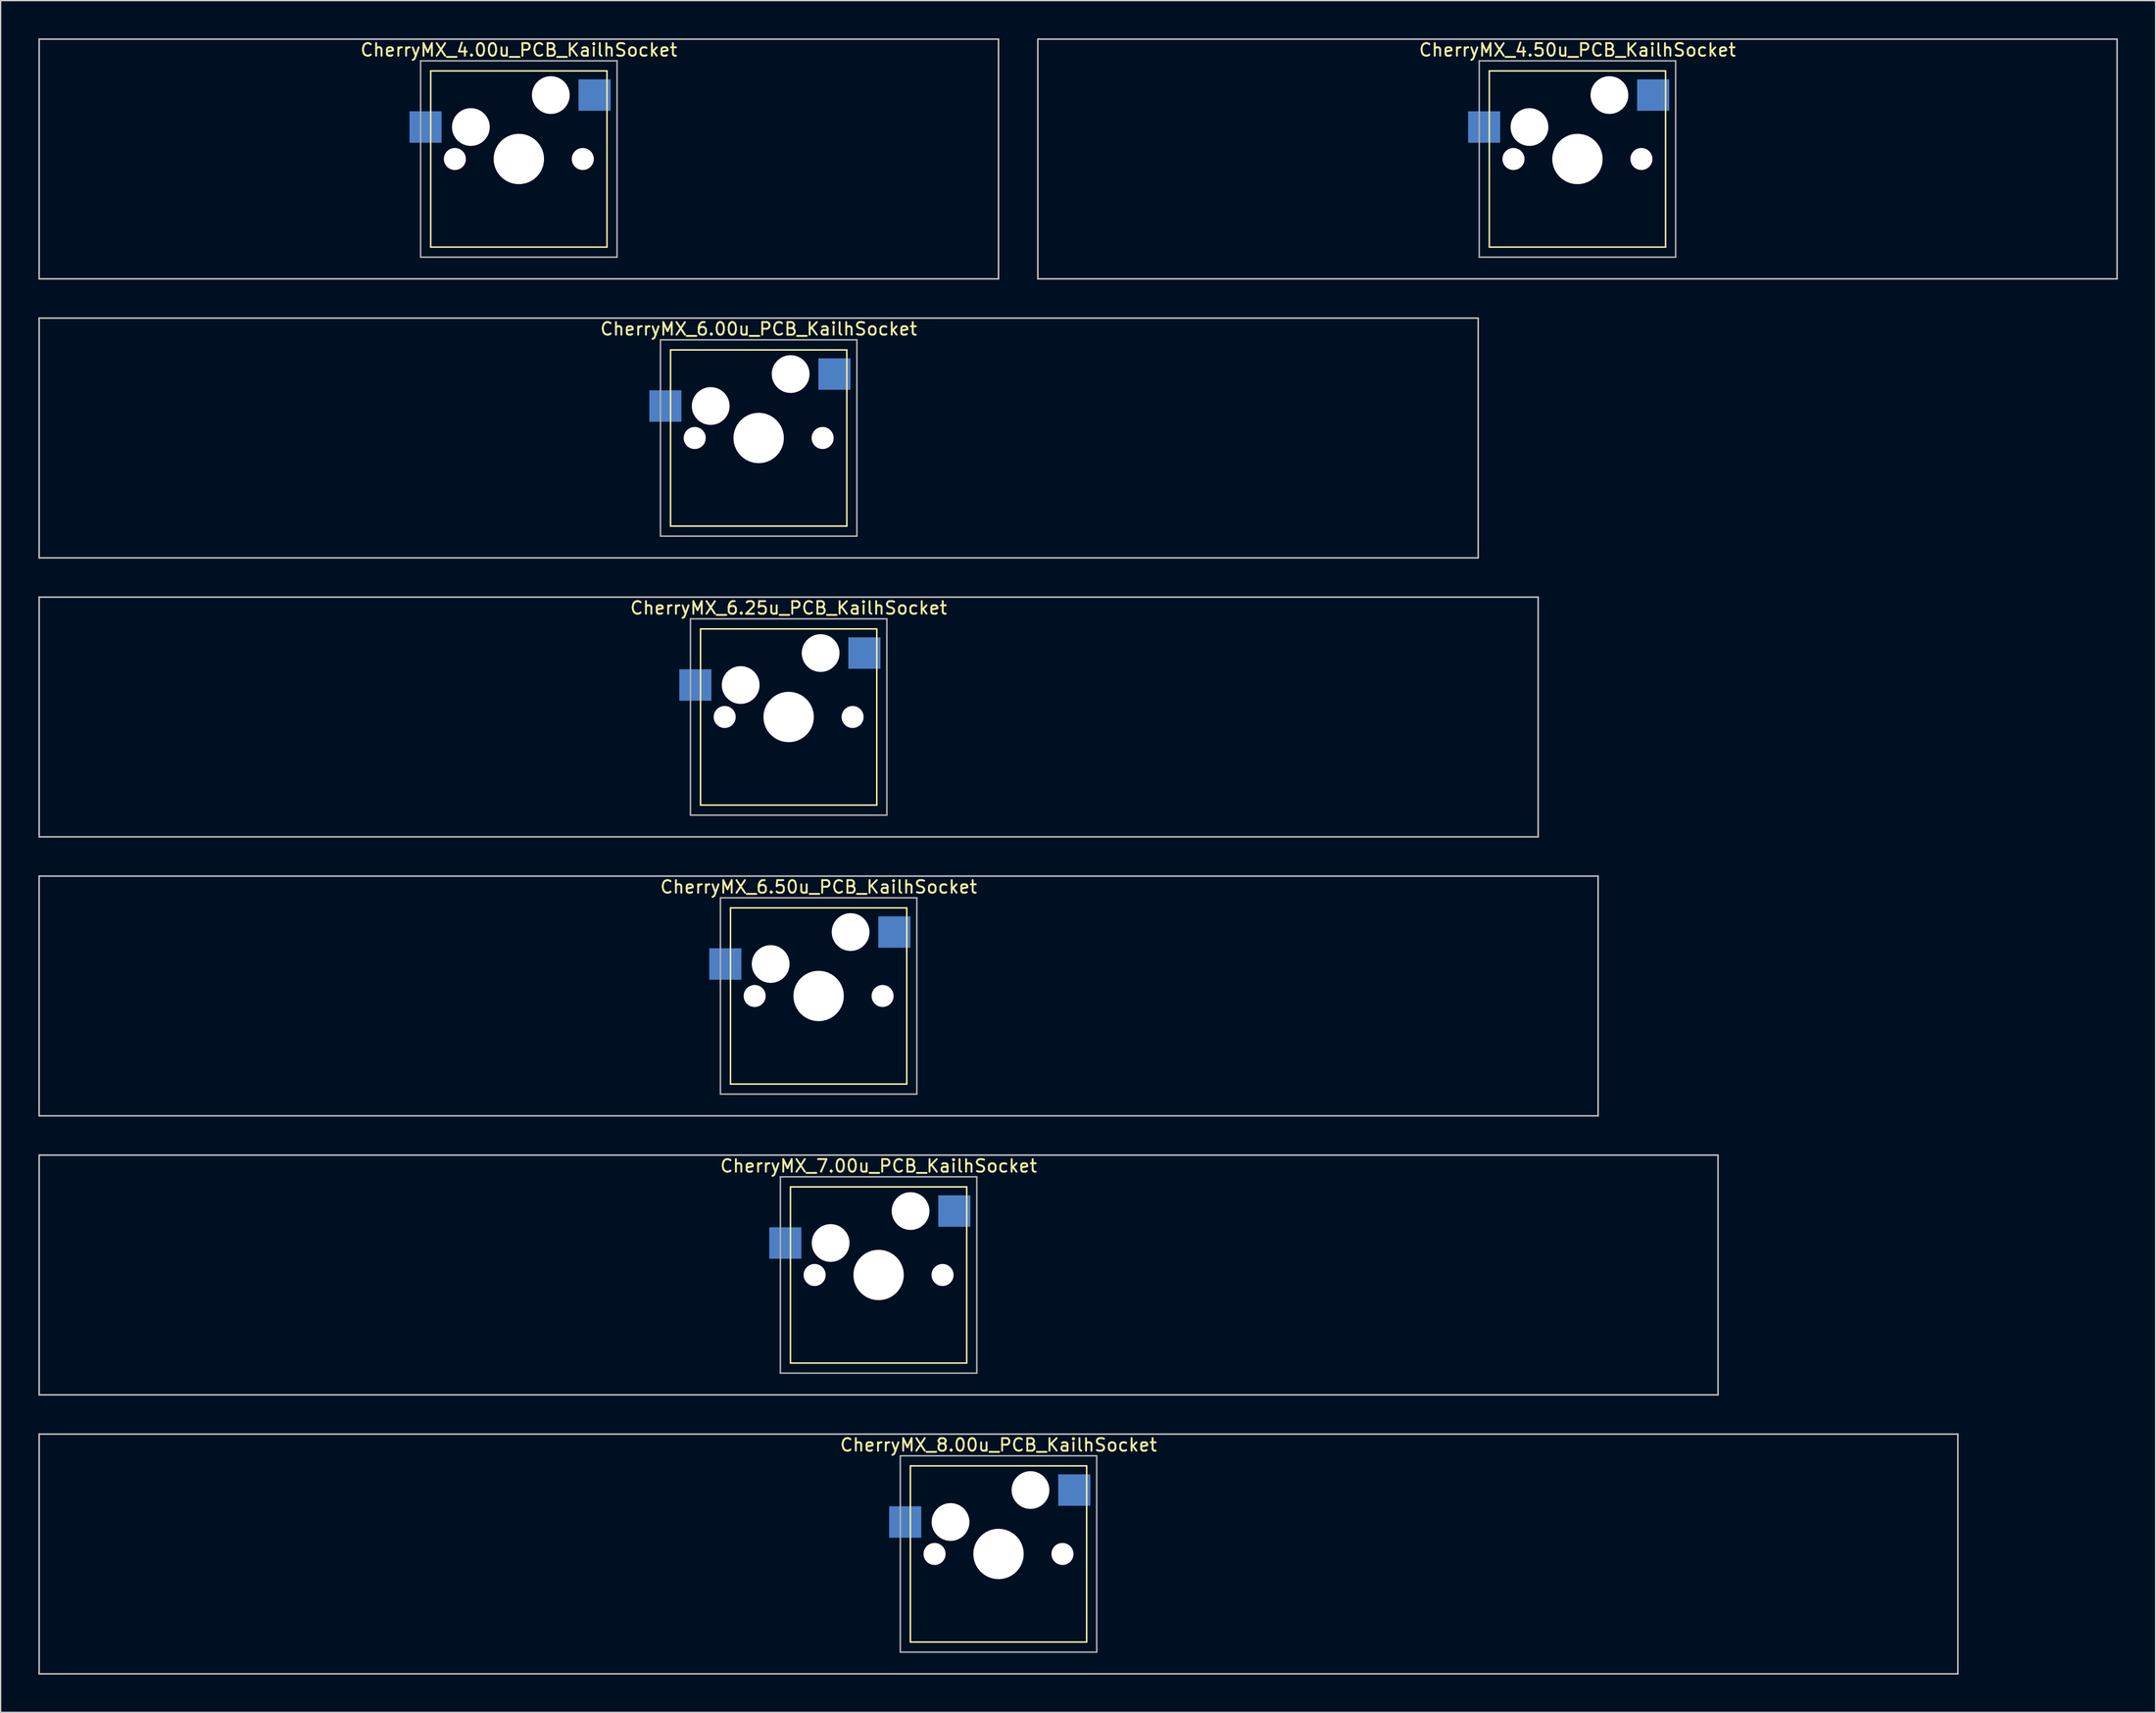
<source format=kicad_pcb>
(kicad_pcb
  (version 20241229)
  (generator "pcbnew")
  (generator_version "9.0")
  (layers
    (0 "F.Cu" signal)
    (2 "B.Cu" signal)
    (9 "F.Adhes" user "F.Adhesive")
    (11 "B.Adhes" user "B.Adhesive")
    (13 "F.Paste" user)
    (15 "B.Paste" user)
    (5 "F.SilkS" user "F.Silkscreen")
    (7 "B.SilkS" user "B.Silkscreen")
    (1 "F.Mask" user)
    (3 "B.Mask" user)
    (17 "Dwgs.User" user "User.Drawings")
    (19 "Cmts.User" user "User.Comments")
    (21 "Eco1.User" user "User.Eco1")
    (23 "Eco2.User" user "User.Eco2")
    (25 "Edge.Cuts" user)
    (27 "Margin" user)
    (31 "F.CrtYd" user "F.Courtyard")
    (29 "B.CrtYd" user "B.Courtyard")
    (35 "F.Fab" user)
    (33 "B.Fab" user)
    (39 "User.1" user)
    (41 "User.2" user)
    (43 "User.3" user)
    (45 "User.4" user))
  (footprint "CherryMX_7.00u_PCB_KailhSocket"
    (layer "F.Cu")
    (at 66.735 98.265)
    (property "Reference" "CherryMX_7.00u_PCB_KailhSocket" (at 0 -8.662 0) (layer "F.SilkS") (effects (font (size 1 1) (thickness 0.15))))
    (attr through_hole)
    (fp_line (start -7 -7) (end -7 7) (stroke (width 0.12) (type solid)) (layer "F.SilkS"))
    (fp_line (start -7 -7) (end 7 -7) (stroke (width 0.12) (type solid)) (layer "F.SilkS"))
    (fp_line (start 7 -7) (end 7 7) (stroke (width 0.12) (type solid)) (layer "F.SilkS"))
    (fp_line (start 7 7) (end -7 7) (stroke (width 0.12) (type solid)) (layer "F.SilkS"))
    (fp_line (start -66.675 -9.525) (end 66.675 -9.525) (stroke (width 0.12) (type solid)) (layer "Dwgs.User"))
    (fp_line (start -66.675 9.525) (end -66.675 -9.525) (stroke (width 0.12) (type solid)) (layer "Dwgs.User"))
    (fp_line (start 66.675 -9.525) (end 66.675 9.525) (stroke (width 0.12) (type solid)) (layer "Dwgs.User"))
    (fp_line (start 66.675 9.525) (end -66.675 9.525) (stroke (width 0.12) (type solid)) (layer "Dwgs.User"))
    (fp_line (start -7.8 -7.8) (end -7.8 7.8) (stroke (width 0.12) (type solid)) (layer "F.Fab"))
    (fp_line (start -7.8 -7.8) (end 7.8 -7.8) (stroke (width 0.12) (type solid)) (layer "F.Fab"))
    (fp_line (start -7.8 7.8) (end 7.8 7.8) (stroke (width 0.12) (type solid)) (layer "F.Fab"))
    (fp_line (start 7.8 -7.8) (end 7.8 7.8) (stroke (width 0.12) (type solid)) (layer "F.Fab"))
    (pad "" np_thru_hole circle (at -5.08 0) (size 1.75 1.75) (drill 1.75) (layers "*.Cu" "*.Mask"))
    (pad "" np_thru_hole circle (at -3.81 -2.54) (size 3 3) (drill 3) (layers "*.Cu" "*.Mask"))
    (pad "" np_thru_hole circle (at 0 0) (size 4 4) (drill 4) (layers "*.Cu" "*.Mask"))
    (pad "" np_thru_hole circle (at 2.54 -5.08) (size 3 3) (drill 3) (layers "*.Cu" "*.Mask"))
    (pad "" np_thru_hole circle (at 5.08 0) (size 1.75 1.75) (drill 1.75) (layers "*.Cu" "*.Mask"))
    (pad "1" smd rect (at -7.41 -2.54) (size 2.55 2.5) (layers "B.Cu" "B.Mask" "B.Paste"))
    (pad "2" smd rect (at 6.015 -5.08) (size 2.55 2.5) (layers "B.Cu" "B.Mask" "B.Paste")))
  (footprint "CherryMX_8.00u_PCB_KailhSocket"
    (layer "F.Cu")
    (at 76.26 120.435)
    (property "Reference" "CherryMX_8.00u_PCB_KailhSocket" (at 0 -8.662 0) (layer "F.SilkS") (effects (font (size 1 1) (thickness 0.15))))
    (attr through_hole)
    (fp_line (start -7 -7) (end -7 7) (stroke (width 0.12) (type solid)) (layer "F.SilkS"))
    (fp_line (start -7 -7) (end 7 -7) (stroke (width 0.12) (type solid)) (layer "F.SilkS"))
    (fp_line (start 7 -7) (end 7 7) (stroke (width 0.12) (type solid)) (layer "F.SilkS"))
    (fp_line (start 7 7) (end -7 7) (stroke (width 0.12) (type solid)) (layer "F.SilkS"))
    (fp_line (start -76.2 -9.525) (end 76.2 -9.525) (stroke (width 0.12) (type solid)) (layer "Dwgs.User"))
    (fp_line (start -76.2 9.525) (end -76.2 -9.525) (stroke (width 0.12) (type solid)) (layer "Dwgs.User"))
    (fp_line (start 76.2 -9.525) (end 76.2 9.525) (stroke (width 0.12) (type solid)) (layer "Dwgs.User"))
    (fp_line (start 76.2 9.525) (end -76.2 9.525) (stroke (width 0.12) (type solid)) (layer "Dwgs.User"))
    (fp_line (start -7.8 -7.8) (end -7.8 7.8) (stroke (width 0.12) (type solid)) (layer "F.Fab"))
    (fp_line (start -7.8 -7.8) (end 7.8 -7.8) (stroke (width 0.12) (type solid)) (layer "F.Fab"))
    (fp_line (start -7.8 7.8) (end 7.8 7.8) (stroke (width 0.12) (type solid)) (layer "F.Fab"))
    (fp_line (start 7.8 -7.8) (end 7.8 7.8) (stroke (width 0.12) (type solid)) (layer "F.Fab"))
    (pad "" np_thru_hole circle (at -5.08 0) (size 1.75 1.75) (drill 1.75) (layers "*.Cu" "*.Mask"))
    (pad "" np_thru_hole circle (at -3.81 -2.54) (size 3 3) (drill 3) (layers "*.Cu" "*.Mask"))
    (pad "" np_thru_hole circle (at 0 0) (size 4 4) (drill 4) (layers "*.Cu" "*.Mask"))
    (pad "" np_thru_hole circle (at 2.54 -5.08) (size 3 3) (drill 3) (layers "*.Cu" "*.Mask"))
    (pad "" np_thru_hole circle (at 5.08 0) (size 1.75 1.75) (drill 1.75) (layers "*.Cu" "*.Mask"))
    (pad "1" smd rect (at -7.41 -2.54) (size 2.55 2.5) (layers "B.Cu" "B.Mask" "B.Paste"))
    (pad "2" smd rect (at 6.015 -5.08) (size 2.55 2.5) (layers "B.Cu" "B.Mask" "B.Paste")))
  (footprint "CherryMX_4.00u_PCB_KailhSocket"
    (layer "F.Cu")
    (at 38.16 9.585)
    (property "Reference" "CherryMX_4.00u_PCB_KailhSocket" (at 0 -8.662 0) (layer "F.SilkS") (effects (font (size 1 1) (thickness 0.15))))
    (attr through_hole)
    (fp_line (start -7 -7) (end -7 7) (stroke (width 0.12) (type solid)) (layer "F.SilkS"))
    (fp_line (start -7 -7) (end 7 -7) (stroke (width 0.12) (type solid)) (layer "F.SilkS"))
    (fp_line (start 7 -7) (end 7 7) (stroke (width 0.12) (type solid)) (layer "F.SilkS"))
    (fp_line (start 7 7) (end -7 7) (stroke (width 0.12) (type solid)) (layer "F.SilkS"))
    (fp_line (start -38.1 -9.525) (end 38.1 -9.525) (stroke (width 0.12) (type solid)) (layer "Dwgs.User"))
    (fp_line (start -38.1 9.525) (end -38.1 -9.525) (stroke (width 0.12) (type solid)) (layer "Dwgs.User"))
    (fp_line (start 38.1 -9.525) (end 38.1 9.525) (stroke (width 0.12) (type solid)) (layer "Dwgs.User"))
    (fp_line (start 38.1 9.525) (end -38.1 9.525) (stroke (width 0.12) (type solid)) (layer "Dwgs.User"))
    (fp_line (start -7.8 -7.8) (end -7.8 7.8) (stroke (width 0.12) (type solid)) (layer "F.Fab"))
    (fp_line (start -7.8 -7.8) (end 7.8 -7.8) (stroke (width 0.12) (type solid)) (layer "F.Fab"))
    (fp_line (start -7.8 7.8) (end 7.8 7.8) (stroke (width 0.12) (type solid)) (layer "F.Fab"))
    (fp_line (start 7.8 -7.8) (end 7.8 7.8) (stroke (width 0.12) (type solid)) (layer "F.Fab"))
    (pad "" np_thru_hole circle (at -5.08 0) (size 1.75 1.75) (drill 1.75) (layers "*.Cu" "*.Mask"))
    (pad "" np_thru_hole circle (at -3.81 -2.54) (size 3 3) (drill 3) (layers "*.Cu" "*.Mask"))
    (pad "" np_thru_hole circle (at 0 0) (size 4 4) (drill 4) (layers "*.Cu" "*.Mask"))
    (pad "" np_thru_hole circle (at 2.54 -5.08) (size 3 3) (drill 3) (layers "*.Cu" "*.Mask"))
    (pad "" np_thru_hole circle (at 5.08 0) (size 1.75 1.75) (drill 1.75) (layers "*.Cu" "*.Mask"))
    (pad "1" smd rect (at -7.41 -2.54) (size 2.55 2.5) (layers "B.Cu" "B.Mask" "B.Paste"))
    (pad "2" smd rect (at 6.015 -5.08) (size 2.55 2.5) (layers "B.Cu" "B.Mask" "B.Paste")))
  (footprint "CherryMX_6.00u_PCB_KailhSocket"
    (layer "F.Cu")
    (at 57.21 31.755)
    (property "Reference" "CherryMX_6.00u_PCB_KailhSocket" (at 0 -8.662 0) (layer "F.SilkS") (effects (font (size 1 1) (thickness 0.15))))
    (attr through_hole)
    (fp_line (start -7 -7) (end -7 7) (stroke (width 0.12) (type solid)) (layer "F.SilkS"))
    (fp_line (start -7 -7) (end 7 -7) (stroke (width 0.12) (type solid)) (layer "F.SilkS"))
    (fp_line (start 7 -7) (end 7 7) (stroke (width 0.12) (type solid)) (layer "F.SilkS"))
    (fp_line (start 7 7) (end -7 7) (stroke (width 0.12) (type solid)) (layer "F.SilkS"))
    (fp_line (start -57.15 -9.525) (end 57.15 -9.525) (stroke (width 0.12) (type solid)) (layer "Dwgs.User"))
    (fp_line (start -57.15 9.525) (end -57.15 -9.525) (stroke (width 0.12) (type solid)) (layer "Dwgs.User"))
    (fp_line (start 57.15 -9.525) (end 57.15 9.525) (stroke (width 0.12) (type solid)) (layer "Dwgs.User"))
    (fp_line (start 57.15 9.525) (end -57.15 9.525) (stroke (width 0.12) (type solid)) (layer "Dwgs.User"))
    (fp_line (start -7.8 -7.8) (end -7.8 7.8) (stroke (width 0.12) (type solid)) (layer "F.Fab"))
    (fp_line (start -7.8 -7.8) (end 7.8 -7.8) (stroke (width 0.12) (type solid)) (layer "F.Fab"))
    (fp_line (start -7.8 7.8) (end 7.8 7.8) (stroke (width 0.12) (type solid)) (layer "F.Fab"))
    (fp_line (start 7.8 -7.8) (end 7.8 7.8) (stroke (width 0.12) (type solid)) (layer "F.Fab"))
    (pad "" np_thru_hole circle (at -5.08 0) (size 1.75 1.75) (drill 1.75) (layers "*.Cu" "*.Mask"))
    (pad "" np_thru_hole circle (at -3.81 -2.54) (size 3 3) (drill 3) (layers "*.Cu" "*.Mask"))
    (pad "" np_thru_hole circle (at 0 0) (size 4 4) (drill 4) (layers "*.Cu" "*.Mask"))
    (pad "" np_thru_hole circle (at 2.54 -5.08) (size 3 3) (drill 3) (layers "*.Cu" "*.Mask"))
    (pad "" np_thru_hole circle (at 5.08 0) (size 1.75 1.75) (drill 1.75) (layers "*.Cu" "*.Mask"))
    (pad "1" smd rect (at -7.41 -2.54) (size 2.55 2.5) (layers "B.Cu" "B.Mask" "B.Paste"))
    (pad "2" smd rect (at 6.015 -5.08) (size 2.55 2.5) (layers "B.Cu" "B.Mask" "B.Paste")))
  (footprint "CherryMX_6.25u_PCB_KailhSocket"
    (layer "F.Cu")
    (at 59.591 53.925)
    (property "Reference" "CherryMX_6.25u_PCB_KailhSocket" (at 0 -8.662 0) (layer "F.SilkS") (effects (font (size 1 1) (thickness 0.15))))
    (attr through_hole)
    (fp_line (start -7 -7) (end -7 7) (stroke (width 0.12) (type solid)) (layer "F.SilkS"))
    (fp_line (start -7 -7) (end 7 -7) (stroke (width 0.12) (type solid)) (layer "F.SilkS"))
    (fp_line (start 7 -7) (end 7 7) (stroke (width 0.12) (type solid)) (layer "F.SilkS"))
    (fp_line (start 7 7) (end -7 7) (stroke (width 0.12) (type solid)) (layer "F.SilkS"))
    (fp_line (start -59.531 -9.525) (end 59.531 -9.525) (stroke (width 0.12) (type solid)) (layer "Dwgs.User"))
    (fp_line (start -59.531 9.525) (end -59.531 -9.525) (stroke (width 0.12) (type solid)) (layer "Dwgs.User"))
    (fp_line (start 59.531 -9.525) (end 59.531 9.525) (stroke (width 0.12) (type solid)) (layer "Dwgs.User"))
    (fp_line (start 59.531 9.525) (end -59.531 9.525) (stroke (width 0.12) (type solid)) (layer "Dwgs.User"))
    (fp_line (start -7.8 -7.8) (end -7.8 7.8) (stroke (width 0.12) (type solid)) (layer "F.Fab"))
    (fp_line (start -7.8 -7.8) (end 7.8 -7.8) (stroke (width 0.12) (type solid)) (layer "F.Fab"))
    (fp_line (start -7.8 7.8) (end 7.8 7.8) (stroke (width 0.12) (type solid)) (layer "F.Fab"))
    (fp_line (start 7.8 -7.8) (end 7.8 7.8) (stroke (width 0.12) (type solid)) (layer "F.Fab"))
    (pad "" np_thru_hole circle (at -5.08 0) (size 1.75 1.75) (drill 1.75) (layers "*.Cu" "*.Mask"))
    (pad "" np_thru_hole circle (at -3.81 -2.54) (size 3 3) (drill 3) (layers "*.Cu" "*.Mask"))
    (pad "" np_thru_hole circle (at 0 0) (size 4 4) (drill 4) (layers "*.Cu" "*.Mask"))
    (pad "" np_thru_hole circle (at 2.54 -5.08) (size 3 3) (drill 3) (layers "*.Cu" "*.Mask"))
    (pad "" np_thru_hole circle (at 5.08 0) (size 1.75 1.75) (drill 1.75) (layers "*.Cu" "*.Mask"))
    (pad "1" smd rect (at -7.41 -2.54) (size 2.55 2.5) (layers "B.Cu" "B.Mask" "B.Paste"))
    (pad "2" smd rect (at 6.015 -5.08) (size 2.55 2.5) (layers "B.Cu" "B.Mask" "B.Paste")))
  (footprint "CherryMX_6.50u_PCB_KailhSocket"
    (layer "F.Cu")
    (at 61.972 76.095)
    (property "Reference" "CherryMX_6.50u_PCB_KailhSocket" (at 0 -8.662 0) (layer "F.SilkS") (effects (font (size 1 1) (thickness 0.15))))
    (attr through_hole)
    (fp_line (start -7 -7) (end -7 7) (stroke (width 0.12) (type solid)) (layer "F.SilkS"))
    (fp_line (start -7 -7) (end 7 -7) (stroke (width 0.12) (type solid)) (layer "F.SilkS"))
    (fp_line (start 7 -7) (end 7 7) (stroke (width 0.12) (type solid)) (layer "F.SilkS"))
    (fp_line (start 7 7) (end -7 7) (stroke (width 0.12) (type solid)) (layer "F.SilkS"))
    (fp_line (start -61.913 -9.525) (end 61.913 -9.525) (stroke (width 0.12) (type solid)) (layer "Dwgs.User"))
    (fp_line (start -61.913 9.525) (end -61.913 -9.525) (stroke (width 0.12) (type solid)) (layer "Dwgs.User"))
    (fp_line (start 61.913 -9.525) (end 61.913 9.525) (stroke (width 0.12) (type solid)) (layer "Dwgs.User"))
    (fp_line (start 61.913 9.525) (end -61.913 9.525) (stroke (width 0.12) (type solid)) (layer "Dwgs.User"))
    (fp_line (start -7.8 -7.8) (end -7.8 7.8) (stroke (width 0.12) (type solid)) (layer "F.Fab"))
    (fp_line (start -7.8 -7.8) (end 7.8 -7.8) (stroke (width 0.12) (type solid)) (layer "F.Fab"))
    (fp_line (start -7.8 7.8) (end 7.8 7.8) (stroke (width 0.12) (type solid)) (layer "F.Fab"))
    (fp_line (start 7.8 -7.8) (end 7.8 7.8) (stroke (width 0.12) (type solid)) (layer "F.Fab"))
    (pad "" np_thru_hole circle (at -5.08 0) (size 1.75 1.75) (drill 1.75) (layers "*.Cu" "*.Mask"))
    (pad "" np_thru_hole circle (at -3.81 -2.54) (size 3 3) (drill 3) (layers "*.Cu" "*.Mask"))
    (pad "" np_thru_hole circle (at 0 0) (size 4 4) (drill 4) (layers "*.Cu" "*.Mask"))
    (pad "" np_thru_hole circle (at 2.54 -5.08) (size 3 3) (drill 3) (layers "*.Cu" "*.Mask"))
    (pad "" np_thru_hole circle (at 5.08 0) (size 1.75 1.75) (drill 1.75) (layers "*.Cu" "*.Mask"))
    (pad "1" smd rect (at -7.41 -2.54) (size 2.55 2.5) (layers "B.Cu" "B.Mask" "B.Paste"))
    (pad "2" smd rect (at 6.015 -5.08) (size 2.55 2.5) (layers "B.Cu" "B.Mask" "B.Paste")))
  (footprint "CherryMX_4.50u_PCB_KailhSocket"
    (layer "F.Cu")
    (at 122.243 9.585)
    (property "Reference" "CherryMX_4.50u_PCB_KailhSocket" (at 0 -8.662 0) (layer "F.SilkS") (effects (font (size 1 1) (thickness 0.15))))
    (attr through_hole)
    (fp_line (start -7 -7) (end -7 7) (stroke (width 0.12) (type solid)) (layer "F.SilkS"))
    (fp_line (start -7 -7) (end 7 -7) (stroke (width 0.12) (type solid)) (layer "F.SilkS"))
    (fp_line (start 7 -7) (end 7 7) (stroke (width 0.12) (type solid)) (layer "F.SilkS"))
    (fp_line (start 7 7) (end -7 7) (stroke (width 0.12) (type solid)) (layer "F.SilkS"))
    (fp_line (start -42.862 -9.525) (end 42.862 -9.525) (stroke (width 0.12) (type solid)) (layer "Dwgs.User"))
    (fp_line (start -42.862 9.525) (end -42.862 -9.525) (stroke (width 0.12) (type solid)) (layer "Dwgs.User"))
    (fp_line (start 42.862 -9.525) (end 42.862 9.525) (stroke (width 0.12) (type solid)) (layer "Dwgs.User"))
    (fp_line (start 42.862 9.525) (end -42.862 9.525) (stroke (width 0.12) (type solid)) (layer "Dwgs.User"))
    (fp_line (start -7.8 -7.8) (end -7.8 7.8) (stroke (width 0.12) (type solid)) (layer "F.Fab"))
    (fp_line (start -7.8 -7.8) (end 7.8 -7.8) (stroke (width 0.12) (type solid)) (layer "F.Fab"))
    (fp_line (start -7.8 7.8) (end 7.8 7.8) (stroke (width 0.12) (type solid)) (layer "F.Fab"))
    (fp_line (start 7.8 -7.8) (end 7.8 7.8) (stroke (width 0.12) (type solid)) (layer "F.Fab"))
    (pad "" np_thru_hole circle (at -5.08 0) (size 1.75 1.75) (drill 1.75) (layers "*.Cu" "*.Mask"))
    (pad "" np_thru_hole circle (at -3.81 -2.54) (size 3 3) (drill 3) (layers "*.Cu" "*.Mask"))
    (pad "" np_thru_hole circle (at 0 0) (size 4 4) (drill 4) (layers "*.Cu" "*.Mask"))
    (pad "" np_thru_hole circle (at 2.54 -5.08) (size 3 3) (drill 3) (layers "*.Cu" "*.Mask"))
    (pad "" np_thru_hole circle (at 5.08 0) (size 1.75 1.75) (drill 1.75) (layers "*.Cu" "*.Mask"))
    (pad "1" smd rect (at -7.41 -2.54) (size 2.55 2.5) (layers "B.Cu" "B.Mask" "B.Paste"))
    (pad "2" smd rect (at 6.015 -5.08) (size 2.55 2.5) (layers "B.Cu" "B.Mask" "B.Paste")))
  (gr_rect
    (start -3 -3)
    (end 168.165 133.02)
    (stroke (width 0.1) (type default))
    (fill no)
    (layer "Edge.Cuts")))
</source>
